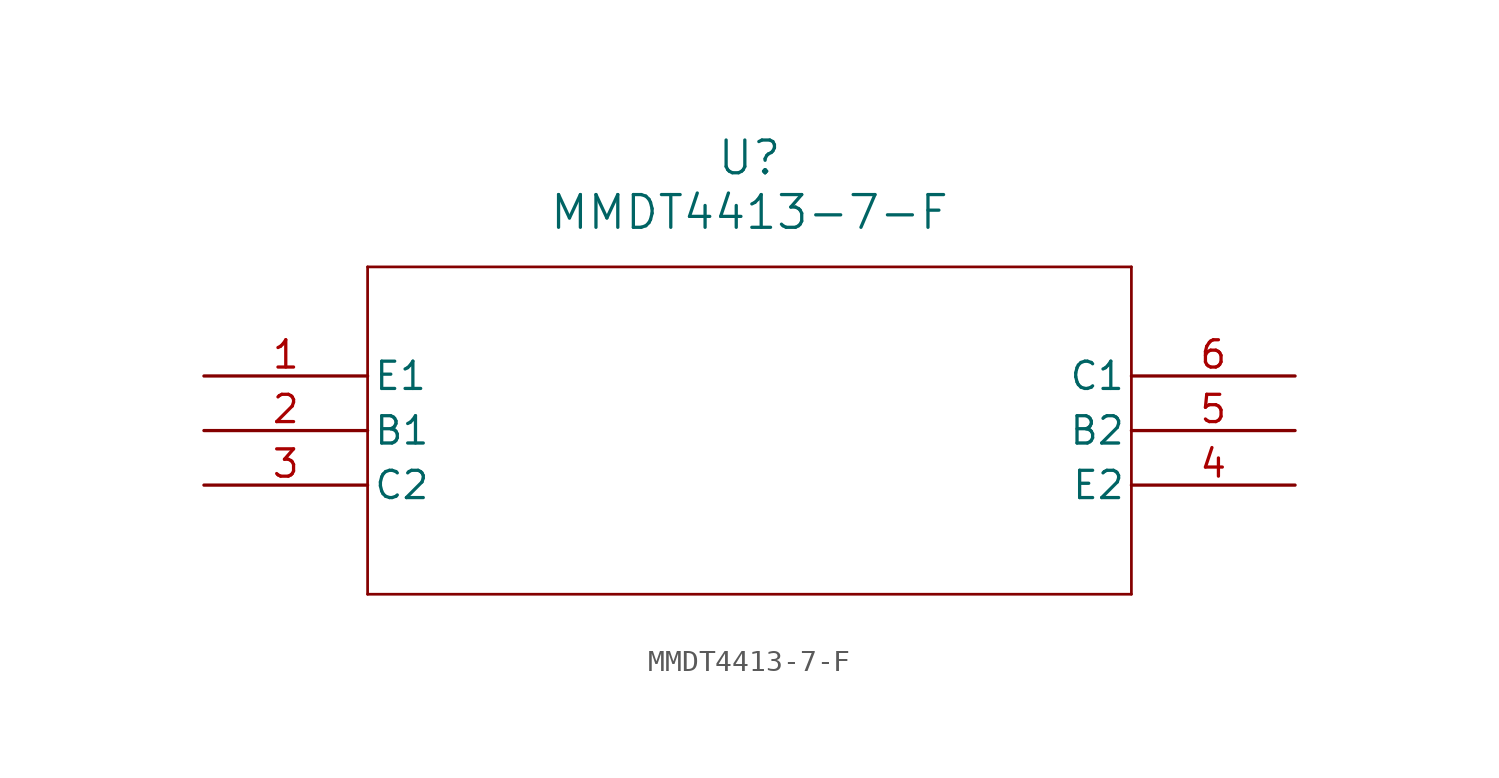
<source format=kicad_sym>
(kicad_symbol_lib
  (version 20211014)
  (generator kicad_symbol_editor)
  (symbol "MMDT4413-7-F"
    (pin_names
      (offset 0.254))
    (property "Reference" "U"
      (at 25.4 10.16 0)
      (effects (font (size 1.524 1.524))))
    (property "Value" "MMDT4413-7-F"
      (at 25.4 7.62 0)
      (effects (font (size 1.524 1.524))))
    (symbol "MMDT4413-7-F_0_1"
      (polyline (pts (xy 7.62 5.08) (xy 7.62 -10.16)) (stroke (width 0.127) (type default) (color 0 0 0 0)) (fill (type none)))
      (polyline (pts (xy 7.62 -10.16) (xy 43.18 -10.16)) (stroke (width 0.127) (type default) (color 0 0 0 0)) (fill (type none)))
      (polyline (pts (xy 43.18 -10.16) (xy 43.18 5.08)) (stroke (width 0.127) (type default) (color 0 0 0 0)) (fill (type none)))
      (polyline (pts (xy 43.18 5.08) (xy 7.62 5.08)) (stroke (width 0.127) (type default) (color 0 0 0 0)) (fill (type none)))
      (pin unspecified line (at 0 0 0) (length 7.62) (name "E1" (effects (font (size 1.27 1.27)))) (number "1" (effects (font (size 1.27 1.27)))))
      (pin unspecified line (at 0 -2.54 0) (length 7.62) (name "B1" (effects (font (size 1.27 1.27)))) (number "2" (effects (font (size 1.27 1.27)))))
      (pin unspecified line (at 0 -5.08 0) (length 7.62) (name "C2" (effects (font (size 1.27 1.27)))) (number "3" (effects (font (size 1.27 1.27)))))
      (pin unspecified line (at 50.8 -5.08 180) (length 7.62) (name "E2" (effects (font (size 1.27 1.27)))) (number "4" (effects (font (size 1.27 1.27)))))
      (pin unspecified line (at 50.8 -2.54 180) (length 7.62) (name "B2" (effects (font (size 1.27 1.27)))) (number "5" (effects (font (size 1.27 1.27)))))
      (pin unspecified line (at 50.8 0 180) (length 7.62) (name "C1" (effects (font (size 1.27 1.27)))) (number "6" (effects (font (size 1.27 1.27))))))))
</source>
